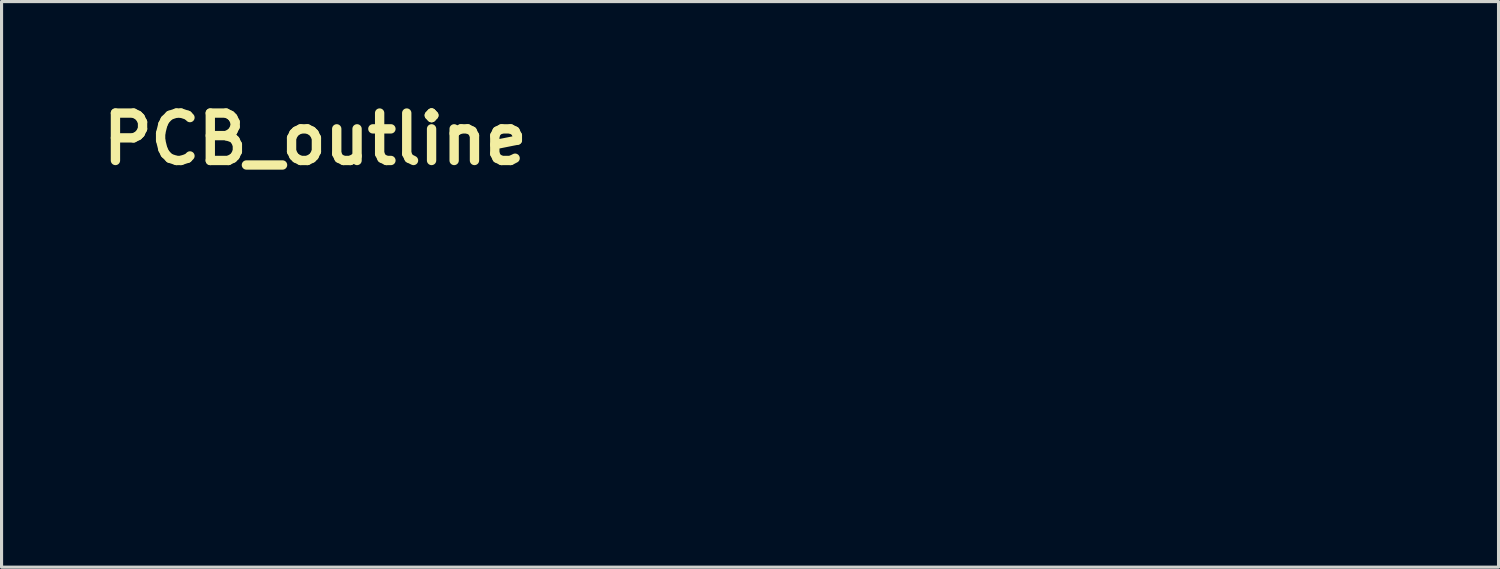
<source format=kicad_pcb>
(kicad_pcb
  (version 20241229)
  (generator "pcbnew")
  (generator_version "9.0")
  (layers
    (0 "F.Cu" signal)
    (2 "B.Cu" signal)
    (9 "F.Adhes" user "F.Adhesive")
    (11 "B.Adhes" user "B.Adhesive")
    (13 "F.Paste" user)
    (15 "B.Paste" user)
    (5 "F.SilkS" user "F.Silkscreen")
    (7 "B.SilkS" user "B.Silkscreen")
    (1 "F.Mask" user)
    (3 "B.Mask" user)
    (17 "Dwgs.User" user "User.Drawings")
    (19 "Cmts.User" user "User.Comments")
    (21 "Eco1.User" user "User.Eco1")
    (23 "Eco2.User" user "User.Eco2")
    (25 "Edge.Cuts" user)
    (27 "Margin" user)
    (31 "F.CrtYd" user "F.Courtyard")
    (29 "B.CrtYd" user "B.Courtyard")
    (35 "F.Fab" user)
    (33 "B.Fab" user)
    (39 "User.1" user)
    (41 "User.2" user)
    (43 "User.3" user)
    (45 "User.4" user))
  (footprint "PCB_outline"
    (layer "F.Cu")
    (at 14.673 5.698)
    (property "Reference" "PCB_outline" (at -7.59 -4.28 0) (layer "F.SilkS") (effects (font (size 1.524 1.524) (thickness 0.3))))
    (attr through_hole)
    (fp_poly (pts (xy 27.434 6.476) (xy 0.01 6.476) (xy 0.01 5.507) (xy 0.545 5.507) (xy 0.566 5.621) (xy 0.612 5.723) (xy 0.679 5.811) (xy 0.763 5.881) (xy 0.863 5.93) (xy 0.973 5.954) (xy 1.09 5.95) (xy 1.212 5.914) (xy 1.234 5.903) (xy 1.342 5.834) (xy 1.422 5.746) (xy 1.476 5.644) (xy 1.503 5.535) (xy 1.503 5.459) (xy 3.084 5.459) (xy 3.094 5.568) (xy 3.135 5.687) (xy 3.203 5.788) (xy 3.291 5.868) (xy 3.393 5.925) (xy 3.506 5.955) (xy 3.623 5.955) (xy 3.739 5.924) (xy 3.853 5.858) (xy 3.941 5.773) (xy 4.003 5.673) (xy 4.038 5.565) (xy 4.046 5.453) (xy 4.042 5.429) (xy 5.626 5.429) (xy 5.631 5.555) (xy 5.636 5.579) (xy 5.678 5.697) (xy 5.747 5.797) (xy 5.838 5.875) (xy 5.944 5.929) (xy 6.061 5.955) (xy 6.183 5.95) (xy 6.261 5.93) (xy 6.374 5.873) (xy 6.464 5.794) (xy 6.53 5.698) (xy 6.571 5.591) (xy 6.585 5.477) (xy 6.584 5.464) (xy 8.171 5.464) (xy 8.172 5.542) (xy 8.178 5.598) (xy 8.192 5.644) (xy 8.218 5.695) (xy 8.219 5.697) (xy 8.297 5.803) (xy 8.394 5.884) (xy 8.505 5.935) (xy 8.625 5.957) (xy 8.749 5.946) (xy 8.803 5.931) (xy 8.904 5.879) (xy 8.996 5.801) (xy 9.069 5.708) (xy 9.069 5.708) (xy 9.094 5.662) (xy 9.108 5.618) (xy 9.115 5.566) (xy 9.117 5.492) (xy 9.117 5.473) (xy 20.872 5.473) (xy 20.874 5.557) (xy 20.885 5.619) (xy 20.906 5.674) (xy 20.912 5.687) (xy 20.986 5.792) (xy 21.08 5.873) (xy 21.19 5.928) (xy 21.31 5.954) (xy 21.432 5.949) (xy 21.504 5.93) (xy 21.616 5.874) (xy 21.707 5.793) (xy 21.776 5.693) (xy 21.819 5.582) (xy 21.831 5.463) (xy 21.83 5.458) (xy 25.957 5.458) (xy 25.957 5.473) (xy 25.959 5.553) (xy 25.965 5.61) (xy 25.979 5.655) (xy 26.002 5.7) (xy 26.006 5.707) (xy 26.074 5.796) (xy 26.16 5.872) (xy 26.254 5.925) (xy 26.266 5.93) (xy 26.361 5.951) (xy 26.468 5.953) (xy 26.569 5.936) (xy 26.596 5.927) (xy 26.699 5.87) (xy 26.792 5.789) (xy 26.857 5.702) (xy 26.881 5.655) (xy 26.895 5.607) (xy 26.901 5.545) (xy 26.902 5.482) (xy 26.897 5.374) (xy 26.877 5.289) (xy 26.839 5.216) (xy 26.778 5.144) (xy 26.759 5.125) (xy 26.656 5.049) (xy 26.543 5.005) (xy 26.425 4.991) (xy 26.308 5.007) (xy 26.197 5.051) (xy 26.097 5.123) (xy 26.015 5.223) (xy 26.004 5.24) (xy 25.98 5.286) (xy 25.966 5.33) (xy 25.959 5.383) (xy 25.957 5.458) (xy 21.83 5.458) (xy 21.82 5.379) (xy 21.775 5.256) (xy 21.707 5.154) (xy 21.619 5.075) (xy 21.517 5.021) (xy 21.406 4.993) (xy 21.291 4.993) (xy 21.177 5.022) (xy 21.068 5.083) (xy 21.023 5.12) (xy 20.947 5.204) (xy 20.899 5.292) (xy 20.876 5.395) (xy 20.872 5.473) (xy 9.117 5.473) (xy 9.116 5.393) (xy 9.11 5.337) (xy 9.097 5.293) (xy 9.074 5.248) (xy 9.069 5.239) (xy 8.99 5.136) (xy 8.893 5.061) (xy 8.785 5.013) (xy 8.671 4.993) (xy 8.555 5) (xy 8.444 5.034) (xy 8.342 5.096) (xy 8.255 5.186) (xy 8.22 5.239) (xy 8.195 5.29) (xy 8.18 5.34) (xy 8.173 5.404) (xy 8.171 5.464) (xy 6.584 5.464) (xy 6.573 5.362) (xy 6.534 5.253) (xy 6.465 5.153) (xy 6.405 5.097) (xy 6.296 5.031) (xy 6.183 4.997) (xy 6.07 4.992) (xy 5.961 5.014) (xy 5.86 5.06) (xy 5.771 5.127) (xy 5.7 5.213) (xy 5.65 5.314) (xy 5.626 5.429) (xy 4.042 5.429) (xy 4.028 5.341) (xy 3.983 5.236) (xy 3.912 5.141) (xy 3.815 5.063) (xy 3.739 5.023) (xy 3.624 4.991) (xy 3.509 4.992) (xy 3.4 5.02) (xy 3.3 5.073) (xy 3.215 5.148) (xy 3.147 5.239) (xy 3.102 5.344) (xy 3.084 5.459) (xy 1.503 5.459) (xy 1.503 5.422) (xy 1.478 5.312) (xy 1.426 5.21) (xy 1.349 5.12) (xy 1.245 5.047) (xy 1.214 5.032) (xy 1.096 4.995) (xy 0.981 4.991) (xy 0.864 5.021) (xy 0.742 5.086) (xy 0.733 5.092) (xy 0.671 5.14) (xy 0.628 5.192) (xy 0.592 5.262) (xy 0.553 5.387) (xy 0.545 5.507) (xy 0.01 5.507) (xy 0.01 1.533) (xy 1.472 1.533) (xy 1.473 1.609) (xy 1.478 1.662) (xy 1.491 1.703) (xy 1.512 1.742) (xy 1.53 1.769) (xy 1.605 1.864) (xy 1.684 1.931) (xy 1.776 1.975) (xy 1.864 1.998) (xy 1.929 2.01) (xy 1.976 2.012) (xy 2.02 2.005) (xy 2.079 1.987) (xy 2.08 1.987) (xy 2.201 1.927) (xy 2.306 1.837) (xy 2.36 1.769) (xy 2.388 1.725) (xy 2.405 1.687) (xy 2.414 1.643) (xy 2.418 1.58) (xy 2.418 1.578) (xy 5.468 1.578) (xy 5.496 1.693) (xy 5.551 1.799) (xy 5.633 1.89) (xy 5.639 1.895) (xy 5.746 1.961) (xy 5.865 1.998) (xy 5.988 2.004) (xy 6.107 1.979) (xy 6.127 1.971) (xy 6.239 1.906) (xy 6.325 1.82) (xy 6.385 1.719) (xy 6.419 1.608) (xy 6.425 1.506) (xy 9.467 1.506) (xy 9.48 1.626) (xy 9.52 1.741) (xy 9.586 1.843) (xy 9.639 1.896) (xy 9.747 1.965) (xy 9.866 1.999) (xy 9.994 2.001) (xy 10.128 1.968) (xy 10.212 1.923) (xy 10.295 1.852) (xy 10.365 1.765) (xy 10.382 1.739) (xy 10.404 1.692) (xy 10.417 1.642) (xy 10.423 1.576) (xy 10.424 1.524) (xy 13.472 1.524) (xy 13.474 1.601) (xy 13.481 1.657) (xy 13.496 1.703) (xy 13.523 1.752) (xy 13.523 1.753) (xy 13.607 1.862) (xy 13.708 1.941) (xy 13.824 1.989) (xy 13.95 2.004) (xy 14.084 1.986) (xy 14.104 1.98) (xy 14.183 1.942) (xy 14.264 1.881) (xy 14.336 1.807) (xy 14.381 1.741) (xy 14.402 1.694) (xy 14.414 1.644) (xy 14.419 1.579) (xy 14.42 1.523) (xy 17.469 1.523) (xy 17.471 1.598) (xy 17.48 1.653) (xy 17.501 1.705) (xy 17.525 1.749) (xy 17.605 1.856) (xy 17.703 1.936) (xy 17.814 1.987) (xy 17.932 2.008) (xy 18.054 1.996) (xy 18.142 1.965) (xy 18.25 1.898) (xy 18.334 1.81) (xy 18.392 1.707) (xy 18.423 1.595) (xy 18.427 1.485) (xy 21.473 1.485) (xy 21.475 1.595) (xy 21.494 1.687) (xy 21.548 1.794) (xy 21.628 1.883) (xy 21.725 1.95) (xy 21.836 1.992) (xy 21.952 2.007) (xy 22.069 1.992) (xy 22.12 1.974) (xy 22.232 1.91) (xy 22.327 1.82) (xy 22.375 1.752) (xy 22.414 1.656) (xy 22.429 1.545) (xy 22.426 1.506) (xy 25.471 1.506) (xy 25.48 1.618) (xy 25.508 1.72) (xy 25.517 1.74) (xy 25.587 1.843) (xy 25.68 1.922) (xy 25.789 1.976) (xy 25.91 2.002) (xy 26.036 1.997) (xy 26.104 1.981) (xy 26.19 1.939) (xy 26.276 1.873) (xy 26.351 1.791) (xy 26.374 1.758) (xy 26.398 1.717) (xy 26.412 1.676) (xy 26.419 1.625) (xy 26.421 1.552) (xy 26.421 1.533) (xy 26.42 1.449) (xy 26.413 1.388) (xy 26.398 1.34) (xy 26.381 1.303) (xy 26.311 1.206) (xy 26.22 1.125) (xy 26.114 1.066) (xy 26.003 1.035) (xy 25.951 1.031) (xy 25.851 1.047) (xy 25.746 1.089) (xy 25.648 1.153) (xy 25.565 1.231) (xy 25.514 1.305) (xy 25.483 1.397) (xy 25.471 1.506) (xy 22.426 1.506) (xy 22.421 1.43) (xy 22.391 1.325) (xy 22.385 1.312) (xy 22.323 1.221) (xy 22.237 1.142) (xy 22.136 1.079) (xy 22.03 1.041) (xy 21.949 1.031) (xy 21.841 1.047) (xy 21.733 1.093) (xy 21.634 1.161) (xy 21.553 1.248) (xy 21.525 1.289) (xy 21.49 1.378) (xy 21.473 1.485) (xy 18.427 1.485) (xy 18.427 1.479) (xy 18.404 1.365) (xy 18.351 1.257) (xy 18.268 1.163) (xy 18.257 1.153) (xy 18.174 1.098) (xy 18.077 1.056) (xy 17.983 1.033) (xy 17.947 1.031) (xy 17.866 1.043) (xy 17.775 1.075) (xy 17.686 1.122) (xy 17.622 1.17) (xy 17.542 1.259) (xy 17.493 1.354) (xy 17.471 1.464) (xy 17.469 1.523) (xy 14.42 1.523) (xy 14.42 1.514) (xy 14.418 1.437) (xy 14.413 1.384) (xy 14.401 1.344) (xy 14.379 1.305) (xy 14.363 1.281) (xy 14.292 1.19) (xy 14.22 1.126) (xy 14.137 1.079) (xy 14.111 1.068) (xy 14.006 1.038) (xy 13.909 1.035) (xy 13.806 1.061) (xy 13.789 1.067) (xy 13.67 1.131) (xy 13.572 1.224) (xy 13.519 1.3) (xy 13.494 1.347) (xy 13.48 1.393) (xy 13.473 1.45) (xy 13.472 1.524) (xy 10.424 1.524) (xy 10.424 1.522) (xy 10.423 1.446) (xy 10.417 1.394) (xy 10.404 1.352) (xy 10.379 1.307) (xy 10.365 1.285) (xy 10.283 1.184) (xy 10.184 1.105) (xy 10.075 1.053) (xy 9.963 1.031) (xy 9.947 1.031) (xy 9.845 1.047) (xy 9.74 1.09) (xy 9.642 1.154) (xy 9.561 1.234) (xy 9.528 1.28) (xy 9.483 1.388) (xy 9.467 1.506) (xy 6.425 1.506) (xy 6.425 1.491) (xy 6.403 1.376) (xy 6.352 1.266) (xy 6.271 1.168) (xy 6.251 1.15) (xy 6.171 1.097) (xy 6.075 1.056) (xy 5.981 1.033) (xy 5.945 1.031) (xy 5.867 1.043) (xy 5.777 1.074) (xy 5.689 1.119) (xy 5.634 1.157) (xy 5.551 1.244) (xy 5.496 1.347) (xy 5.468 1.461) (xy 5.468 1.578) (xy 2.418 1.578) (xy 2.418 1.533) (xy 2.417 1.454) (xy 2.412 1.398) (xy 2.4 1.354) (xy 2.378 1.31) (xy 2.37 1.297) (xy 2.291 1.193) (xy 2.191 1.11) (xy 2.094 1.062) (xy 2.014 1.041) (xy 1.932 1.032) (xy 1.862 1.036) (xy 1.823 1.048) (xy 1.786 1.067) (xy 1.736 1.09) (xy 1.729 1.093) (xy 1.631 1.155) (xy 1.548 1.244) (xy 1.512 1.302) (xy 1.491 1.35) (xy 1.478 1.401) (xy 1.473 1.466) (xy 1.472 1.533) (xy 0.01 1.533) (xy 0.01 0.01) (xy 27.434 0.01) (xy 27.434 6.476)) (stroke (width 0.01) (type solid)) (fill no) (layer "Eco1.User")))
  (gr_rect
    (start -3 -3)
    (end 45.112 15.179)
    (stroke (width 0.1) (type default))
    (fill no)
    (layer "Edge.Cuts")))
</source>
